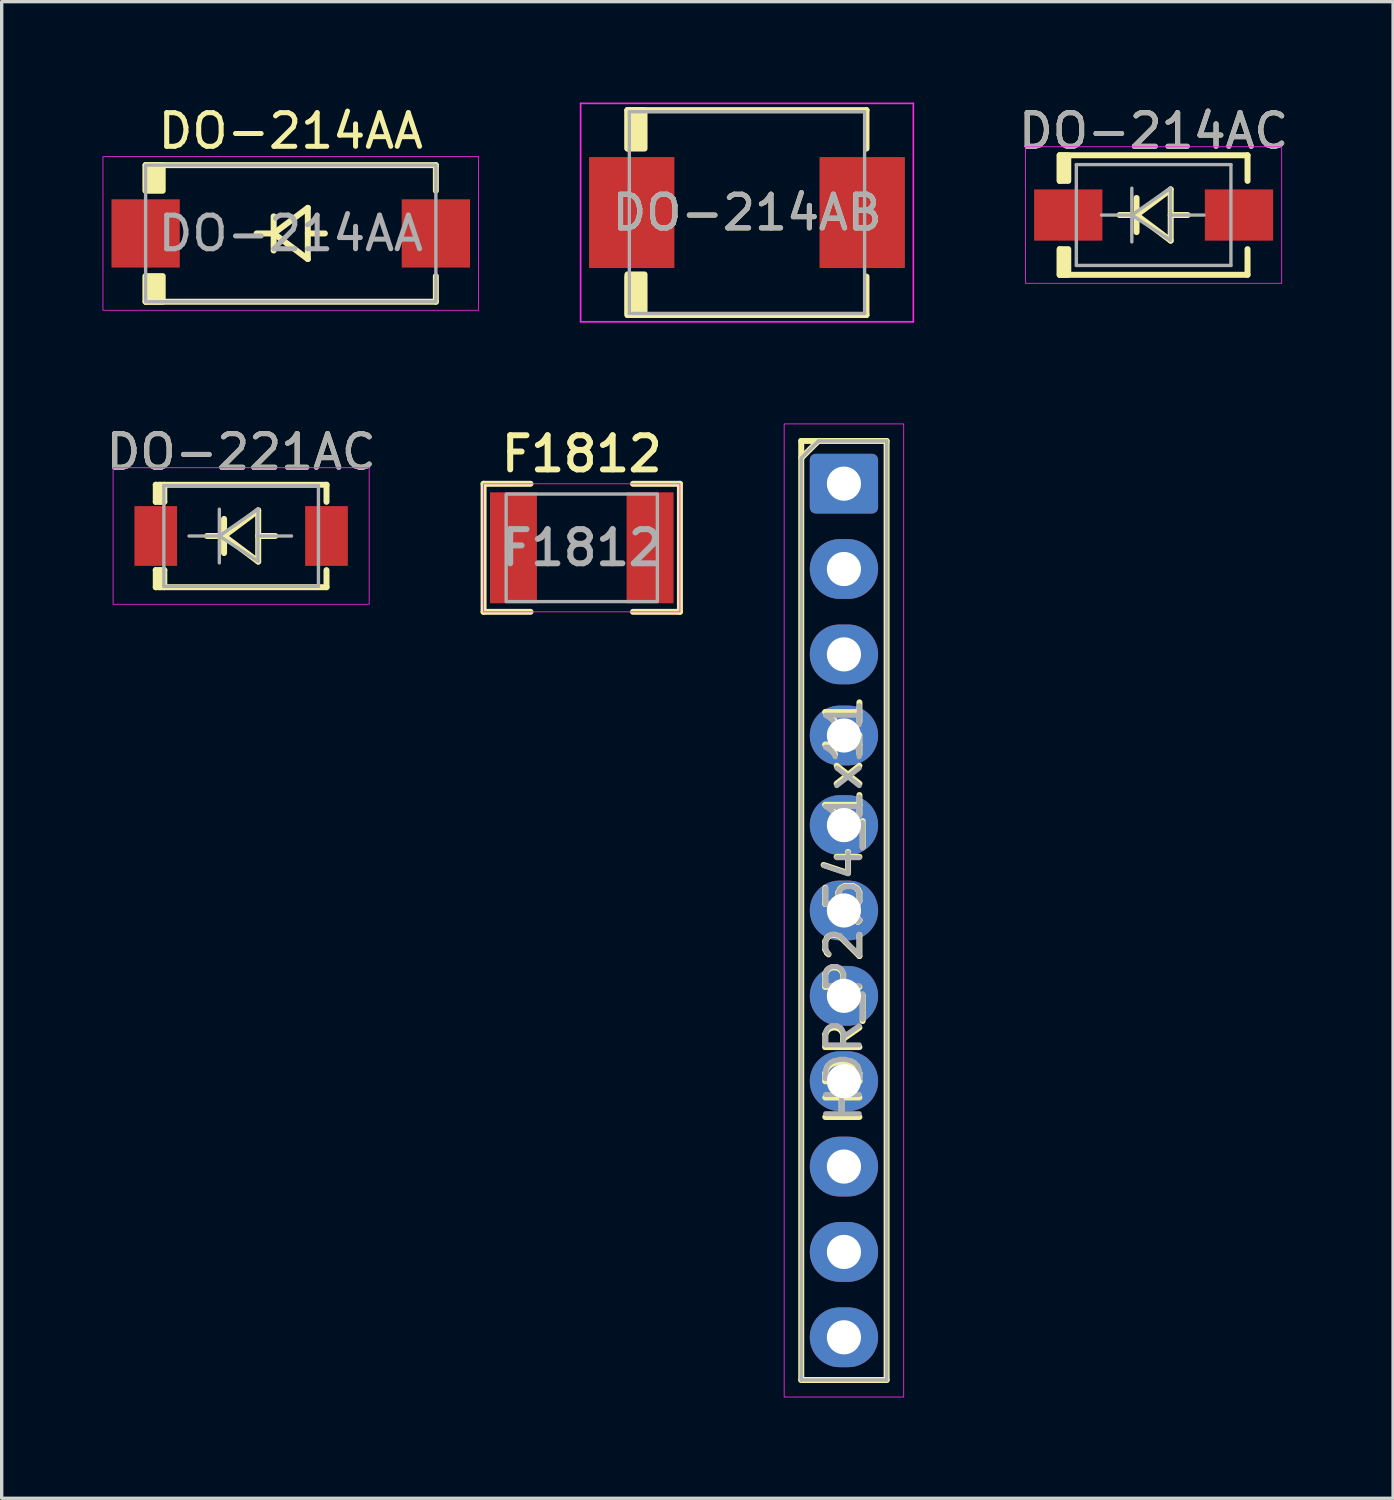
<source format=kicad_pcb>
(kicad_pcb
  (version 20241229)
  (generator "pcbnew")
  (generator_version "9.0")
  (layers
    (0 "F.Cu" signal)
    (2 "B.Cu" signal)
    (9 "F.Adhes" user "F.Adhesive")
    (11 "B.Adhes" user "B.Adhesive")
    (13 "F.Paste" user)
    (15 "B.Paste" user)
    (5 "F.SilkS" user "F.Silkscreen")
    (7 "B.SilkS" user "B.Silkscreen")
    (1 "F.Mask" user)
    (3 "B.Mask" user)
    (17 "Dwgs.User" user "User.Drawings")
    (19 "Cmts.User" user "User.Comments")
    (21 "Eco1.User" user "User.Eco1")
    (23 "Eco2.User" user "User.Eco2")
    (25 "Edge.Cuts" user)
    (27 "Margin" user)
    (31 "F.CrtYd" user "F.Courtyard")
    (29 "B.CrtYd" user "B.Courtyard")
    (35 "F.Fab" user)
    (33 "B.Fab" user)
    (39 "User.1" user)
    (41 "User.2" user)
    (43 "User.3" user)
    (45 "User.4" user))
  (footprint "F1812"
    (layer "F.Cu")
    (at 14.26 13.25)
    (property "Reference" "F1812" (at 0 -2.794 0) (unlocked yes) (layer "F.SilkS") (effects (font (size 1.016 1.016) (thickness 0.178))))
    (attr smd)
    (fp_line (start -2.921 -1.905) (end -1.524 -1.905) (stroke (width 0.178) (type solid)) (layer "F.SilkS"))
    (fp_line (start -2.921 1.905) (end -2.921 -1.905) (stroke (width 0.178) (type solid)) (layer "F.SilkS"))
    (fp_line (start -2.921 1.905) (end -1.524 1.905) (stroke (width 0.178) (type solid)) (layer "F.SilkS"))
    (fp_line (start 1.524 -1.905) (end 2.921 -1.905) (stroke (width 0.178) (type solid)) (layer "F.SilkS"))
    (fp_line (start 1.524 1.905) (end 2.921 1.905) (stroke (width 0.178) (type solid)) (layer "F.SilkS"))
    (fp_line (start 2.921 1.905) (end 2.921 -1.905) (stroke (width 0.178) (type solid)) (layer "F.SilkS"))
    (fp_rect (start -2.921 -1.905) (end 2.921 1.905) (stroke (width 0.025) (type solid)) (fill no) (layer "F.CrtYd"))
    (fp_rect (start -2.25 -1.6) (end 2.25 1.6) (stroke (width 0.1) (type solid)) (fill no) (layer "F.Fab"))
    (fp_text user "${REFERENCE}" (at 0 0 0) (unlocked yes) (layer "F.Fab") (effects (font (size 1.016 1.016) (thickness 0.178))))
    (pad "1" smd rect (at -2.032 0) (size 1.397 3.302) (layers "F.Cu" "F.Mask" "F.Paste"))
    (pad "2" smd rect (at 2.032 0) (size 1.397 3.302) (layers "F.Cu" "F.Mask" "F.Paste")))
  (footprint "DO-221AC"
    (layer "F.Cu")
    (at 4.125 12.898)
    (property "Reference" "DO-221AC" (at 0 -2.5 0) (layer "F.SilkS") (effects (font (size 1 1) (thickness 0.15))))
    (attr smd)
    (fp_line (start -2.54 -1.524) (end -2.54 -1.016) (stroke (width 0.178) (type solid)) (layer "F.SilkS"))
    (fp_line (start -2.54 -1.524) (end 2.54 -1.524) (stroke (width 0.178) (type solid)) (layer "F.SilkS"))
    (fp_line (start -2.54 -1.016) (end -2.286 -1.016) (stroke (width 0.178) (type solid)) (layer "F.SilkS"))
    (fp_line (start -2.54 1.016) (end -2.54 1.524) (stroke (width 0.178) (type solid)) (layer "F.SilkS"))
    (fp_line (start -2.54 1.524) (end 2.54 1.524) (stroke (width 0.178) (type solid)) (layer "F.SilkS"))
    (fp_line (start -2.413 -1.524) (end -2.413 -1.016) (stroke (width 0.178) (type solid)) (layer "F.SilkS"))
    (fp_line (start -2.413 1.016) (end -2.413 1.524) (stroke (width 0.178) (type solid)) (layer "F.SilkS"))
    (fp_line (start -2.286 -1.524) (end -2.286 -1.016) (stroke (width 0.178) (type solid)) (layer "F.SilkS"))
    (fp_line (start -2.286 1.016) (end -2.54 1.016) (stroke (width 0.178) (type solid)) (layer "F.SilkS"))
    (fp_line (start -2.286 1.016) (end -2.286 1.524) (stroke (width 0.178) (type solid)) (layer "F.SilkS"))
    (fp_line (start -1.016 0) (end -0.508 0) (stroke (width 0.178) (type solid)) (layer "F.SilkS"))
    (fp_line (start -0.508 -0.508) (end -0.508 0.508) (stroke (width 0.178) (type solid)) (layer "F.SilkS"))
    (fp_line (start -0.508 0) (end 0.508 0.762) (stroke (width 0.178) (type solid)) (layer "F.SilkS"))
    (fp_line (start 0.508 -0.762) (end -0.508 0) (stroke (width 0.178) (type solid)) (layer "F.SilkS"))
    (fp_line (start 0.508 0.762) (end 0.508 -0.762) (stroke (width 0.178) (type solid)) (layer "F.SilkS"))
    (fp_line (start 1.016 0) (end 0.508 0) (stroke (width 0.178) (type solid)) (layer "F.SilkS"))
    (fp_line (start 2.54 -1.524) (end 2.54 -1.016) (stroke (width 0.178) (type solid)) (layer "F.SilkS"))
    (fp_line (start 2.54 1.016) (end 2.54 1.524) (stroke (width 0.178) (type solid)) (layer "F.SilkS"))
    (fp_rect (start -3.81 -2.032) (end 3.81 2.032) (stroke (width 0.025) (type solid)) (fill no) (layer "F.CrtYd"))
    (fp_line (start -2.3 1.5) (end -2.3 -1.5) (stroke (width 0.1) (type solid)) (layer "F.Fab"))
    (fp_line (start -0.649 -0.799) (end -0.649 0.801) (stroke (width 0.1) (type solid)) (layer "F.Fab"))
    (fp_line (start -0.649 0.001) (end -1.551 0.001) (stroke (width 0.1) (type solid)) (layer "F.Fab"))
    (fp_line (start -0.649 0.001) (end 0.501 -0.799) (stroke (width 0.1) (type solid)) (layer "F.Fab"))
    (fp_line (start -0.649 0.001) (end 0.501 0.75) (stroke (width 0.1) (type solid)) (layer "F.Fab"))
    (fp_line (start 0.501 0.001) (end 1.499 0.001) (stroke (width 0.1) (type solid)) (layer "F.Fab"))
    (fp_line (start 0.501 0.75) (end 0.501 -0.799) (stroke (width 0.1) (type solid)) (layer "F.Fab"))
    (fp_line (start 2.3 -1.5) (end -2.3 -1.5) (stroke (width 0.1) (type solid)) (layer "F.Fab"))
    (fp_line (start 2.3 -1.5) (end 2.3 1.5) (stroke (width 0.1) (type solid)) (layer "F.Fab"))
    (fp_line (start 2.3 1.5) (end -2.3 1.5) (stroke (width 0.1) (type solid)) (layer "F.Fab"))
    (fp_text user "${REFERENCE}" (at 0 -2.5 0) (layer "F.Fab") (effects (font (size 1 1) (thickness 0.15))))
    (pad "A" smd rect (at 2.54 0) (size 1.27 1.778) (layers "F.Cu" "F.Mask" "F.Paste"))
    (pad "K" smd rect (at -2.54 0) (size 1.27 1.778) (layers "F.Cu" "F.Mask" "F.Paste")))
  (footprint "HDR_P2.54_1x11"
    (layer "F.Cu")
    (at 22.061 24.041)
    (property "Reference" "HDR_P2.54_1x11" (at 0 0 90) (layer "F.SilkS") (effects (font (size 1.016 1.016) (thickness 0.178))))
    (attr through_hole)
    (fp_line (start -1.27 -13.97) (end -1.27 13.97) (stroke (width 0.178) (type solid)) (layer "F.SilkS"))
    (fp_line (start -1.27 -13.97) (end 1.27 -13.97) (stroke (width 0.178) (type solid)) (layer "F.SilkS"))
    (fp_line (start -1.27 -13.462) (end -0.762 -13.97) (stroke (width 0.178) (type solid)) (layer "F.SilkS"))
    (fp_line (start -1.27 13.97) (end 1.27 13.97) (stroke (width 0.178) (type solid)) (layer "F.SilkS"))
    (fp_line (start 1.27 -13.97) (end 1.27 13.97) (stroke (width 0.178) (type solid)) (layer "F.SilkS"))
    (fp_rect (start -1.778 -14.478) (end 1.778 14.478) (stroke (width 0.025) (type solid)) (fill no) (layer "F.CrtYd"))
    (fp_line (start -1.27 -13.462) (end -0.762 -13.97) (stroke (width 0.1) (type solid)) (layer "F.Fab"))
    (fp_line (start -1.27 13.97) (end -1.27 -13.462) (stroke (width 0.1) (type solid)) (layer "F.Fab"))
    (fp_line (start -0.762 -13.97) (end 1.27 -13.97) (stroke (width 0.1) (type solid)) (layer "F.Fab"))
    (fp_line (start 1.27 -13.97) (end 1.27 13.97) (stroke (width 0.1) (type solid)) (layer "F.Fab"))
    (fp_line (start 1.27 13.97) (end -1.27 13.97) (stroke (width 0.1) (type solid)) (layer "F.Fab"))
    (fp_text user "${REFERENCE}" (at 0 0 90) (layer "F.Fab") (effects (font (size 1 1) (thickness 0.15))))
    (pad "1" thru_hole roundrect (at 0 -12.7) (size 2.032 1.778) (drill 1.016) (layers "*.Cu" "*.Mask") (roundrect_rratio 0.1))
    (pad "2" thru_hole oval (at 0 -10.16) (size 2.032 1.778) (drill 1.016) (layers "*.Cu" "*.Mask"))
    (pad "3" thru_hole oval (at 0 -7.62) (size 2.032 1.778) (drill 1.016) (layers "*.Cu" "*.Mask"))
    (pad "4" thru_hole oval (at 0 -5.207) (size 2.032 1.778) (drill 1.016) (layers "*.Cu" "*.Mask"))
    (pad "5" thru_hole oval (at 0 -2.54) (size 2.032 1.778) (drill 1.016) (layers "*.Cu" "*.Mask"))
    (pad "6" thru_hole oval (at 0 0) (size 2.032 1.778) (drill 1.016) (layers "*.Cu" "*.Mask"))
    (pad "7" thru_hole oval (at 0 2.54) (size 2.032 1.778) (drill 1.016) (layers "*.Cu" "*.Mask"))
    (pad "8" thru_hole oval (at 0 5.08) (size 2.032 1.778) (drill 1.016) (layers "*.Cu" "*.Mask"))
    (pad "9" thru_hole oval (at 0 7.62) (size 2.032 1.778) (drill 1.016) (layers "*.Cu" "*.Mask"))
    (pad "10" thru_hole oval (at 0 10.16) (size 2.032 1.778) (drill 1.016) (layers "*.Cu" "*.Mask"))
    (pad "11" thru_hole oval (at 0 12.7) (size 2.032 1.778) (drill 1.016) (layers "*.Cu" "*.Mask")))
  (footprint "DO-214AB"
    (layer "F.Cu")
    (at 19.176 3.275)
    (property "Reference" "DO-214AB" (at 0 0 0) (layer "F.SilkS") (effects (font (size 1 1) (thickness 0.15))))
    (attr smd)
    (fp_line (start -3.556 -3.048) (end 3.556 -3.048) (stroke (width 0.178) (type solid)) (layer "F.SilkS"))
    (fp_line (start -3.556 -1.905) (end -3.556 -3.048) (stroke (width 0.178) (type solid)) (layer "F.SilkS"))
    (fp_line (start -3.556 1.905) (end -3.556 3.048) (stroke (width 0.178) (type solid)) (layer "F.SilkS"))
    (fp_line (start -3.556 3.048) (end 3.556 3.048) (stroke (width 0.178) (type solid)) (layer "F.SilkS"))
    (fp_line (start 3.556 -3.048) (end 3.556 -1.905) (stroke (width 0.178) (type solid)) (layer "F.SilkS"))
    (fp_line (start 3.556 1.905) (end 3.556 3.048) (stroke (width 0.178) (type solid)) (layer "F.SilkS"))
    (fp_rect (start -3.556 -1.905) (end -3.048 -3.048) (stroke (width 0.178) (type solid)) (fill yes) (layer "F.SilkS"))
    (fp_rect (start -3.556 2.985) (end -3.048 1.841) (stroke (width 0.178) (type solid)) (fill yes) (layer "F.SilkS"))
    (fp_line (start -4.95 -3.25) (end 4.95 -3.25) (stroke (width 0.05) (type solid)) (layer "F.CrtYd"))
    (fp_line (start -4.95 3.25) (end -4.95 -3.25) (stroke (width 0.05) (type solid)) (layer "F.CrtYd"))
    (fp_line (start -4.95 3.25) (end 4.95 3.25) (stroke (width 0.05) (type solid)) (layer "F.CrtYd"))
    (fp_line (start 4.95 3.25) (end 4.95 -3.25) (stroke (width 0.05) (type solid)) (layer "F.CrtYd"))
    (fp_line (start -3.5 -3) (end -3.5 3) (stroke (width 0.1) (type solid)) (layer "F.Fab"))
    (fp_line (start -3.5 -3) (end 3.5 -3) (stroke (width 0.1) (type solid)) (layer "F.Fab"))
    (fp_line (start -3.5 3) (end 3.5 3) (stroke (width 0.1) (type solid)) (layer "F.Fab"))
    (fp_line (start 3.5 -3) (end 3.5 3) (stroke (width 0.1) (type solid)) (layer "F.Fab"))
    (fp_text user "${REFERENCE}" (at 0 0 0) (layer "F.Fab") (effects (font (size 1 1) (thickness 0.15))))
    (pad "A" smd rect (at 3.429 0) (size 2.54 3.302) (layers "F.Cu" "F.Mask" "F.Paste"))
    (pad "C" smd rect (at -3.429 0) (size 2.54 3.302) (layers "F.Cu" "F.Mask" "F.Paste")))
  (footprint "DO-214AC"
    (layer "F.Cu")
    (at 31.276 3.348)
    (property "Reference" "DO-214AC" (at 0 -2.5 0) (layer "F.SilkS") (effects (font (size 1 1) (thickness 0.15))))
    (attr smd)
    (fp_line (start -2.794 -1.778) (end -2.794 -1.016) (stroke (width 0.178) (type solid)) (layer "F.SilkS"))
    (fp_line (start -2.794 1.016) (end -2.794 1.778) (stroke (width 0.178) (type solid)) (layer "F.SilkS"))
    (fp_line (start -2.794 1.778) (end 2.794 1.778) (stroke (width 0.178) (type solid)) (layer "F.SilkS"))
    (fp_line (start -1.016 0) (end -0.508 0) (stroke (width 0.178) (type solid)) (layer "F.SilkS"))
    (fp_line (start -0.508 -0.508) (end -0.508 0.508) (stroke (width 0.178) (type solid)) (layer "F.SilkS"))
    (fp_line (start -0.508 0) (end 0.508 0.762) (stroke (width 0.178) (type solid)) (layer "F.SilkS"))
    (fp_line (start 0.508 -0.762) (end -0.508 0) (stroke (width 0.178) (type solid)) (layer "F.SilkS"))
    (fp_line (start 0.508 0.762) (end 0.508 -0.762) (stroke (width 0.178) (type solid)) (layer "F.SilkS"))
    (fp_line (start 1.016 0) (end 0.508 0) (stroke (width 0.178) (type solid)) (layer "F.SilkS"))
    (fp_line (start 2.794 -1.778) (end -2.794 -1.778) (stroke (width 0.178) (type solid)) (layer "F.SilkS"))
    (fp_line (start 2.794 -1.016) (end 2.794 -1.778) (stroke (width 0.178) (type solid)) (layer "F.SilkS"))
    (fp_line (start 2.794 1.778) (end 2.794 1.016) (stroke (width 0.178) (type solid)) (layer "F.SilkS"))
    (fp_rect (start -2.794 -1.016) (end -2.54 -1.778) (stroke (width 0.178) (type solid)) (fill yes) (layer "F.SilkS"))
    (fp_rect (start -2.794 1.778) (end -2.54 1.016) (stroke (width 0.178) (type solid)) (fill yes) (layer "F.SilkS"))
    (fp_rect (start -3.81 -2.032) (end 3.81 2.032) (stroke (width 0.025) (type solid)) (fill no) (layer "F.CrtYd"))
    (fp_line (start -2.3 1.5) (end -2.3 -1.5) (stroke (width 0.1) (type solid)) (layer "F.Fab"))
    (fp_line (start -0.649 -0.799) (end -0.649 0.801) (stroke (width 0.1) (type solid)) (layer "F.Fab"))
    (fp_line (start -0.649 0.001) (end -1.551 0.001) (stroke (width 0.1) (type solid)) (layer "F.Fab"))
    (fp_line (start -0.649 0.001) (end 0.501 -0.799) (stroke (width 0.1) (type solid)) (layer "F.Fab"))
    (fp_line (start -0.649 0.001) (end 0.501 0.75) (stroke (width 0.1) (type solid)) (layer "F.Fab"))
    (fp_line (start 0.501 0.001) (end 1.499 0.001) (stroke (width 0.1) (type solid)) (layer "F.Fab"))
    (fp_line (start 0.501 0.75) (end 0.501 -0.799) (stroke (width 0.1) (type solid)) (layer "F.Fab"))
    (fp_line (start 2.3 -1.5) (end -2.3 -1.5) (stroke (width 0.1) (type solid)) (layer "F.Fab"))
    (fp_line (start 2.3 -1.5) (end 2.3 1.5) (stroke (width 0.1) (type solid)) (layer "F.Fab"))
    (fp_line (start 2.3 1.5) (end -2.3 1.5) (stroke (width 0.1) (type solid)) (layer "F.Fab"))
    (fp_text user "${REFERENCE}" (at 0 -2.5 0) (layer "F.Fab") (effects (font (size 1 1) (thickness 0.15))))
    (pad "A" smd rect (at 2.54 0) (size 2.032 1.524) (layers "F.Cu" "F.Mask" "F.Paste"))
    (pad "C" smd rect (at -2.54 0) (size 2.032 1.524) (layers "F.Cu" "F.Mask" "F.Paste")))
  (footprint "DO-214AA"
    (layer "F.Cu")
    (at 5.601 3.896)
    (property "Reference" "DO-214AA" (at 0 -3.048 0) (layer "F.SilkS") (effects (font (size 1 1) (thickness 0.15))))
    (attr smd)
    (fp_line (start -4.318 -2.032) (end 4.318 -2.032) (stroke (width 0.178) (type solid)) (layer "F.SilkS"))
    (fp_line (start -4.318 -1.27) (end -4.318 -2.032) (stroke (width 0.178) (type solid)) (layer "F.SilkS"))
    (fp_line (start -4.318 2.032) (end -4.318 1.27) (stroke (width 0.178) (type solid)) (layer "F.SilkS"))
    (fp_line (start -1.016 0) (end -0.508 0) (stroke (width 0.178) (type solid)) (layer "F.SilkS"))
    (fp_line (start -0.508 -0.508) (end -0.508 0.508) (stroke (width 0.178) (type solid)) (layer "F.SilkS"))
    (fp_line (start -0.508 0) (end 0.508 0.762) (stroke (width 0.178) (type solid)) (layer "F.SilkS"))
    (fp_line (start 0.508 -0.762) (end -0.508 0) (stroke (width 0.178) (type solid)) (layer "F.SilkS"))
    (fp_line (start 0.508 0.762) (end 0.508 -0.762) (stroke (width 0.178) (type solid)) (layer "F.SilkS"))
    (fp_line (start 1.016 0) (end 0.508 0) (stroke (width 0.178) (type solid)) (layer "F.SilkS"))
    (fp_line (start 4.318 -2.032) (end 4.318 -1.27) (stroke (width 0.178) (type solid)) (layer "F.SilkS"))
    (fp_line (start 4.318 1.27) (end 4.318 2.032) (stroke (width 0.178) (type solid)) (layer "F.SilkS"))
    (fp_line (start 4.318 2.032) (end -4.318 2.032) (stroke (width 0.178) (type solid)) (layer "F.SilkS"))
    (fp_rect (start -4.318 -2.032) (end -3.81 -1.27) (stroke (width 0.178) (type solid)) (fill yes) (layer "F.SilkS"))
    (fp_rect (start -4.318 1.27) (end -3.81 2.032) (stroke (width 0.178) (type solid)) (fill yes) (layer "F.SilkS"))
    (fp_rect (start -5.588 -2.286) (end 5.588 2.286) (stroke (width 0.025) (type solid)) (fill no) (layer "F.CrtYd"))
    (fp_rect (start -4.318 -2.032) (end 4.318 2.032) (stroke (width 0.1) (type solid)) (fill no) (layer "F.Fab"))
    (fp_text user "${REFERENCE}" (at 0 0 0) (layer "F.Fab") (effects (font (size 1 1) (thickness 0.15))))
    (pad "A" smd rect (at 4.318 0) (size 2.032 2.032) (layers "F.Cu" "F.Mask" "F.Paste"))
    (pad "C" smd rect (at -4.318 0) (size 2.032 2.032) (layers "F.Cu" "F.Mask" "F.Paste")))
  (gr_rect
    (start -3 -3)
    (end 38.401 41.531)
    (stroke (width 0.1) (type default))
    (fill no)
    (layer "Edge.Cuts")))
</source>
